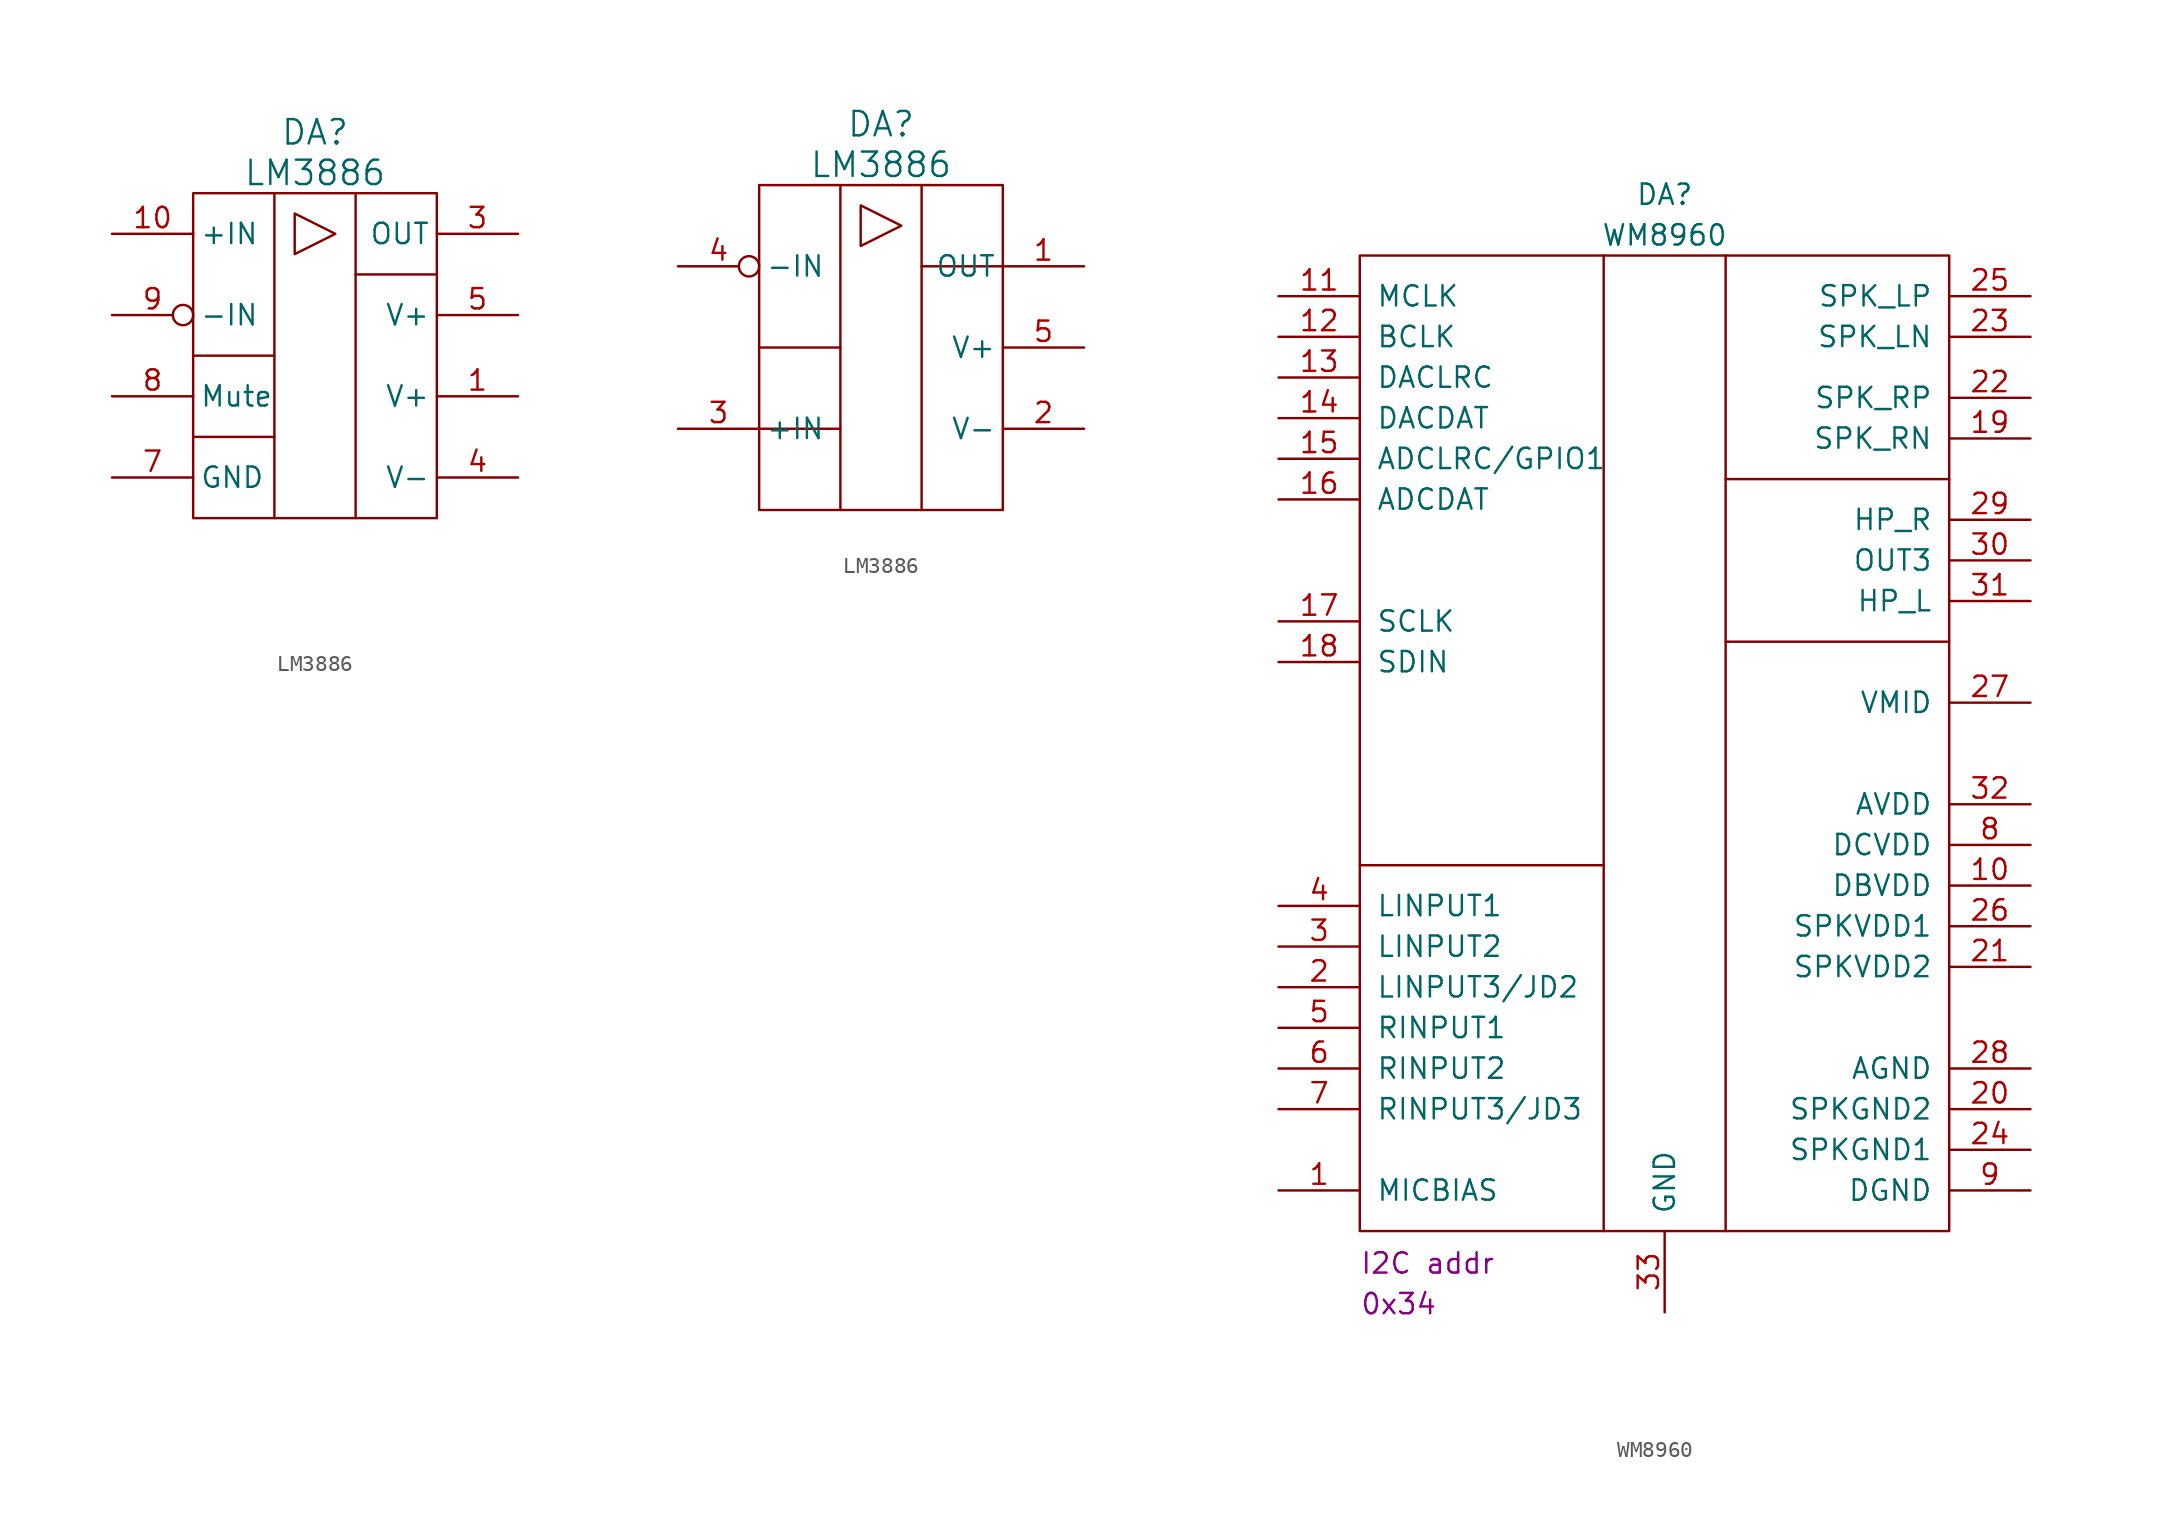
<source format=kicad_sym>
(kicad_symbol_lib
  (version 20211014)
  (generator kicad_symbol_editor)
  (symbol "LM3886"
    (pin_names
      (offset 0.406))
    (property "Reference" "DA"
      (at 0 13.97 0)
      (effects (font (size 1.524 1.524))))
    (property "Value" "LM3886"
      (at 0 11.43 0)
      (effects (font (size 1.524 1.524))))
    (property "Datasheet" ""
      (at 0 -6.35 0)
      (effects (font (size 1.524 1.524))))
    (symbol "LM3886_0_0"
      (rectangle (start -7.62 10.16) (end 7.62 -10.16) (stroke (width 0) (type default) (color 0 0 0 0)) (fill (type none)))
      (polyline (pts (xy -7.62 -5.08) (xy -2.54 -5.08)) (stroke (width 0) (type default) (color 0 0 0 0)) (fill (type none)))
      (polyline (pts (xy -7.62 0) (xy -2.54 0)) (stroke (width 0) (type default) (color 0 0 0 0)) (fill (type none)))
      (polyline (pts (xy 2.54 5.08) (xy 7.62 5.08)) (stroke (width 0) (type default) (color 0 0 0 0)) (fill (type none)))
      (polyline (pts (xy -2.54 10.16) (xy -2.54 -3.81) (xy -2.54 -10.16)) (stroke (width 0) (type default) (color 0 0 0 0)) (fill (type none)))
      (polyline (pts (xy -1.27 8.89) (xy -1.27 6.35) (xy 1.27 7.62) (xy -1.27 8.89)) (stroke (width 0) (type default) (color 0 0 0 0)) (fill (type none)))
      (polyline (pts (xy 2.54 -10.16) (xy 2.54 10.16) (xy 2.54 10.16) (xy 2.54 10.16)) (stroke (width 0) (type default) (color 0 0 0 0)) (fill (type none))))
    (symbol "LM3886_1_1"
      (pin power_in line (at 12.7 -2.54 180) (length 5.08) (name "V+" (effects (font (size 1.27 1.27)))) (number "1" (effects (font (size 1.27 1.27)))))
      (pin input line (at -12.7 7.62 0) (length 5.08) (name "+IN" (effects (font (size 1.27 1.27)))) (number "10" (effects (font (size 1.27 1.27)))))
      (pin no_connect line (at 2.54 -15.24 90) (length 5.08) hide (name "NC" (effects (font (size 1.27 1.27)))) (number "11" (effects (font (size 1.27 1.27)))))
      (pin no_connect line (at -2.54 -15.24 90) (length 5.08) hide (name "NC" (effects (font (size 1.27 1.27)))) (number "2" (effects (font (size 1.27 1.27)))))
      (pin input line (at 12.7 7.62 180) (length 5.08) (name "OUT" (effects (font (size 1.27 1.27)))) (number "3" (effects (font (size 1.27 1.27)))))
      (pin power_in line (at 12.7 -7.62 180) (length 5.08) (name "V-" (effects (font (size 1.27 1.27)))) (number "4" (effects (font (size 1.27 1.27)))))
      (pin power_in line (at 12.7 2.54 180) (length 5.08) (name "V+" (effects (font (size 1.27 1.27)))) (number "5" (effects (font (size 1.27 1.27)))))
      (pin no_connect line (at 0 -15.24 90) (length 5.08) hide (name "NC" (effects (font (size 1.27 1.27)))) (number "6" (effects (font (size 1.27 1.27)))))
      (pin power_in line (at -12.7 -7.62 0) (length 5.08) (name "GND" (effects (font (size 1.27 1.27)))) (number "7" (effects (font (size 1.27 1.27)))))
      (pin passive line (at -12.7 -2.54 0) (length 5.08) (name "Mute" (effects (font (size 1.27 1.27)))) (number "8" (effects (font (size 1.27 1.27)))))
      (pin input inverted (at -12.7 2.54 0) (length 5.08) (name "-IN" (effects (font (size 1.27 1.27)))) (number "9" (effects (font (size 1.27 1.27))))))
    (symbol "LM3886_1_2"
      (pin input line (at 12.7 5.08 180) (length 5.08) (name "OUT" (effects (font (size 1.27 1.27)))) (number "1" (effects (font (size 1.27 1.27)))))
      (pin power_in line (at 12.7 -5.08 180) (length 5.08) (name "V-" (effects (font (size 1.27 1.27)))) (number "2" (effects (font (size 1.27 1.27)))))
      (pin input line (at -12.7 -5.08 0) (length 5.08) (name "+IN" (effects (font (size 1.27 1.27)))) (number "3" (effects (font (size 1.27 1.27)))))
      (pin input inverted (at -12.7 5.08 0) (length 5.08) (name "-IN" (effects (font (size 1.27 1.27)))) (number "4" (effects (font (size 1.27 1.27)))))
      (pin power_in line (at 12.7 0 180) (length 5.08) (name "V+" (effects (font (size 1.27 1.27)))) (number "5" (effects (font (size 1.27 1.27)))))))
  (symbol "WM8960"
    (pin_names
      (offset 1.016))
    (property "Reference" "DA"
      (at 0 34.29 0)
      (effects (font (size 1.27 1.27))))
    (property "Value" "WM8960"
      (at 0 31.75 0)
      (effects (font (size 1.27 1.27))))
    (property "I2C" "I2C addr"
      (at -19.05 -31.75 0)
      (effects (font (size 1.27 1.27)) (justify left top)))
    (property "Addr" "0x34"
      (at -19.05 -34.29 0)
      (effects (font (size 1.27 1.27)) (justify left top)))
    (symbol "WM8960_0_1"
      (rectangle (start -19.05 30.48) (end 17.78 -30.48) (stroke (width 0) (type default) (color 0 0 0 0)) (fill (type none)))
      (polyline (pts (xy -19.05 -7.62) (xy -3.81 -7.62)) (stroke (width 0) (type default) (color 0 0 0 0)) (fill (type none)))
      (polyline (pts (xy -3.81 30.48) (xy -3.81 -30.48)) (stroke (width 0) (type default) (color 0 0 0 0)) (fill (type none)))
      (polyline (pts (xy 3.81 -30.48) (xy 3.81 30.48)) (stroke (width 0) (type default) (color 0 0 0 0)) (fill (type none)))
      (polyline (pts (xy 17.78 6.35) (xy 3.81 6.35)) (stroke (width 0) (type default) (color 0 0 0 0)) (fill (type none)))
      (polyline (pts (xy 17.78 16.51) (xy 3.81 16.51)) (stroke (width 0) (type default) (color 0 0 0 0)) (fill (type none))))
    (symbol "WM8960_1_1"
      (pin passive line (at -24.13 -27.94 0) (length 5.08) (name "MICBIAS" (effects (font (size 1.27 1.27)))) (number "1" (effects (font (size 1.27 1.27)))))
      (pin power_in line (at 22.86 -8.89 180) (length 5.08) (name "DBVDD" (effects (font (size 1.27 1.27)))) (number "10" (effects (font (size 1.27 1.27)))))
      (pin passive line (at -24.13 27.94 0) (length 5.08) (name "MCLK" (effects (font (size 1.27 1.27)))) (number "11" (effects (font (size 1.27 1.27)))))
      (pin passive line (at -24.13 25.4 0) (length 5.08) (name "BCLK" (effects (font (size 1.27 1.27)))) (number "12" (effects (font (size 1.27 1.27)))))
      (pin passive line (at -24.13 22.86 0) (length 5.08) (name "DACLRC" (effects (font (size 1.27 1.27)))) (number "13" (effects (font (size 1.27 1.27)))))
      (pin passive line (at -24.13 20.32 0) (length 5.08) (name "DACDAT" (effects (font (size 1.27 1.27)))) (number "14" (effects (font (size 1.27 1.27)))))
      (pin passive line (at -24.13 17.78 0) (length 5.08) (name "ADCLRC/GPIO1" (effects (font (size 1.27 1.27)))) (number "15" (effects (font (size 1.27 1.27)))))
      (pin passive line (at -24.13 15.24 0) (length 5.08) (name "ADCDAT" (effects (font (size 1.27 1.27)))) (number "16" (effects (font (size 1.27 1.27)))))
      (pin passive line (at -24.13 7.62 0) (length 5.08) (name "SCLK" (effects (font (size 1.27 1.27)))) (number "17" (effects (font (size 1.27 1.27)))))
      (pin passive line (at -24.13 5.08 0) (length 5.08) (name "SDIN" (effects (font (size 1.27 1.27)))) (number "18" (effects (font (size 1.27 1.27)))))
      (pin passive line (at 22.86 19.05 180) (length 5.08) (name "SPK_RN" (effects (font (size 1.27 1.27)))) (number "19" (effects (font (size 1.27 1.27)))))
      (pin passive line (at -24.13 -15.24 0) (length 5.08) (name "LINPUT3/JD2" (effects (font (size 1.27 1.27)))) (number "2" (effects (font (size 1.27 1.27)))))
      (pin power_in line (at 22.86 -22.86 180) (length 5.08) (name "SPKGND2" (effects (font (size 1.27 1.27)))) (number "20" (effects (font (size 1.27 1.27)))))
      (pin power_in line (at 22.86 -13.97 180) (length 5.08) (name "SPKVDD2" (effects (font (size 1.27 1.27)))) (number "21" (effects (font (size 1.27 1.27)))))
      (pin passive line (at 22.86 21.59 180) (length 5.08) (name "SPK_RP" (effects (font (size 1.27 1.27)))) (number "22" (effects (font (size 1.27 1.27)))))
      (pin passive line (at 22.86 25.4 180) (length 5.08) (name "SPK_LN" (effects (font (size 1.27 1.27)))) (number "23" (effects (font (size 1.27 1.27)))))
      (pin power_in line (at 22.86 -25.4 180) (length 5.08) (name "SPKGND1" (effects (font (size 1.27 1.27)))) (number "24" (effects (font (size 1.27 1.27)))))
      (pin passive line (at 22.86 27.94 180) (length 5.08) (name "SPK_LP" (effects (font (size 1.27 1.27)))) (number "25" (effects (font (size 1.27 1.27)))))
      (pin power_in line (at 22.86 -11.43 180) (length 5.08) (name "SPKVDD1" (effects (font (size 1.27 1.27)))) (number "26" (effects (font (size 1.27 1.27)))))
      (pin passive line (at 22.86 2.54 180) (length 5.08) (name "VMID" (effects (font (size 1.27 1.27)))) (number "27" (effects (font (size 1.27 1.27)))))
      (pin power_in line (at 22.86 -20.32 180) (length 5.08) (name "AGND" (effects (font (size 1.27 1.27)))) (number "28" (effects (font (size 1.27 1.27)))))
      (pin passive line (at 22.86 13.97 180) (length 5.08) (name "HP_R" (effects (font (size 1.27 1.27)))) (number "29" (effects (font (size 1.27 1.27)))))
      (pin passive line (at -24.13 -12.7 0) (length 5.08) (name "LINPUT2" (effects (font (size 1.27 1.27)))) (number "3" (effects (font (size 1.27 1.27)))))
      (pin passive line (at 22.86 11.43 180) (length 5.08) (name "OUT3" (effects (font (size 1.27 1.27)))) (number "30" (effects (font (size 1.27 1.27)))))
      (pin passive line (at 22.86 8.89 180) (length 5.08) (name "HP_L" (effects (font (size 1.27 1.27)))) (number "31" (effects (font (size 1.27 1.27)))))
      (pin power_in line (at 22.86 -3.81 180) (length 5.08) (name "AVDD" (effects (font (size 1.27 1.27)))) (number "32" (effects (font (size 1.27 1.27)))))
      (pin power_in line (at 0 -35.56 90) (length 5.08) (name "GND" (effects (font (size 1.27 1.27)))) (number "33" (effects (font (size 1.27 1.27)))))
      (pin passive line (at -24.13 -10.16 0) (length 5.08) (name "LINPUT1" (effects (font (size 1.27 1.27)))) (number "4" (effects (font (size 1.27 1.27)))))
      (pin passive line (at -24.13 -17.78 0) (length 5.08) (name "RINPUT1" (effects (font (size 1.27 1.27)))) (number "5" (effects (font (size 1.27 1.27)))))
      (pin passive line (at -24.13 -20.32 0) (length 5.08) (name "RINPUT2" (effects (font (size 1.27 1.27)))) (number "6" (effects (font (size 1.27 1.27)))))
      (pin passive line (at -24.13 -22.86 0) (length 5.08) (name "RINPUT3/JD3" (effects (font (size 1.27 1.27)))) (number "7" (effects (font (size 1.27 1.27)))))
      (pin power_in line (at 22.86 -6.35 180) (length 5.08) (name "DCVDD" (effects (font (size 1.27 1.27)))) (number "8" (effects (font (size 1.27 1.27)))))
      (pin power_in line (at 22.86 -27.94 180) (length 5.08) (name "DGND" (effects (font (size 1.27 1.27)))) (number "9" (effects (font (size 1.27 1.27))))))))
</source>
